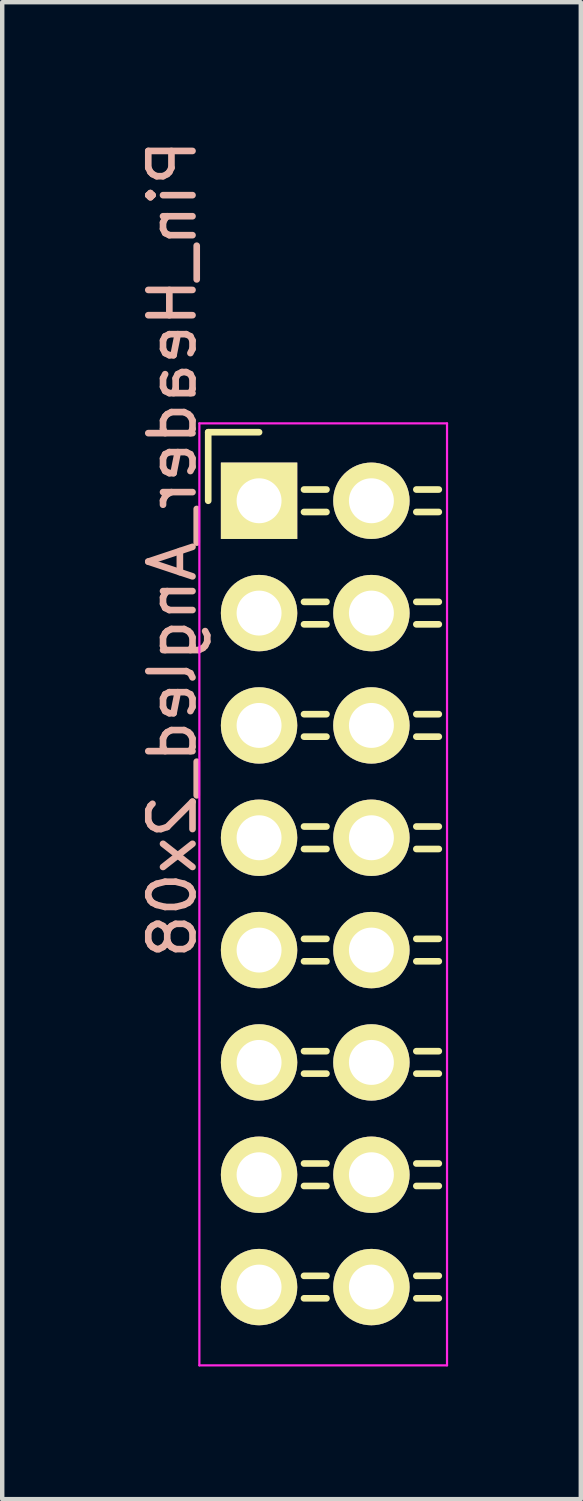
<source format=kicad_pcb>
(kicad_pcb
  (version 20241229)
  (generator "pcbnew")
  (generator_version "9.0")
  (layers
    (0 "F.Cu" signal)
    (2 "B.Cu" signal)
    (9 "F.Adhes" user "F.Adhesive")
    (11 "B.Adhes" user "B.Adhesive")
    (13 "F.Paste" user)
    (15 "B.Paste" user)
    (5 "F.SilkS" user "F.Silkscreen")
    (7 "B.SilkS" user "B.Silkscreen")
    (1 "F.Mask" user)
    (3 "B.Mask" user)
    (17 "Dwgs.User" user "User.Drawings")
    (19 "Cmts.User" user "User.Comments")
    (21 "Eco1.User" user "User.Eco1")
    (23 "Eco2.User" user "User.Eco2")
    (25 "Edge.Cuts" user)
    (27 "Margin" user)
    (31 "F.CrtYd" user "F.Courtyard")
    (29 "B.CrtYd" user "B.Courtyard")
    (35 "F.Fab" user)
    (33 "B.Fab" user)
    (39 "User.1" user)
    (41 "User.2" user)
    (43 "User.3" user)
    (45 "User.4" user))
  (footprint "Pin_Header_Angled_2x08"
    (layer "F.Cu")
    (at 2.808 8.273)
    (property "Reference" "Pin_Header_Angled_2x08" (at -1.96 1.09 90) (layer "B.SilkS") (effects (font (size 1 1) (thickness 0.15)) (justify mirror)))
    (attr through_hole)
    (fp_line (start -1.15 -1.55) (end -1.15 0) (stroke (width 0.15) (type solid)) (layer "F.SilkS"))
    (fp_line (start 0 -1.55) (end -1.15 -1.55) (stroke (width 0.15) (type solid)) (layer "F.SilkS"))
    (fp_line (start 1.524 -0.254) (end 1.016 -0.254) (stroke (width 0.15) (type solid)) (layer "F.SilkS"))
    (fp_line (start 1.524 0.254) (end 1.016 0.254) (stroke (width 0.15) (type solid)) (layer "F.SilkS"))
    (fp_line (start 1.524 2.286) (end 1.016 2.286) (stroke (width 0.15) (type solid)) (layer "F.SilkS"))
    (fp_line (start 1.524 2.794) (end 1.016 2.794) (stroke (width 0.15) (type solid)) (layer "F.SilkS"))
    (fp_line (start 1.524 4.826) (end 1.016 4.826) (stroke (width 0.15) (type solid)) (layer "F.SilkS"))
    (fp_line (start 1.524 5.334) (end 1.016 5.334) (stroke (width 0.15) (type solid)) (layer "F.SilkS"))
    (fp_line (start 1.524 7.366) (end 1.016 7.366) (stroke (width 0.15) (type solid)) (layer "F.SilkS"))
    (fp_line (start 1.524 7.874) (end 1.016 7.874) (stroke (width 0.15) (type solid)) (layer "F.SilkS"))
    (fp_line (start 1.524 9.906) (end 1.016 9.906) (stroke (width 0.15) (type solid)) (layer "F.SilkS"))
    (fp_line (start 1.524 10.414) (end 1.016 10.414) (stroke (width 0.15) (type solid)) (layer "F.SilkS"))
    (fp_line (start 1.524 12.446) (end 1.016 12.446) (stroke (width 0.15) (type solid)) (layer "F.SilkS"))
    (fp_line (start 1.524 12.954) (end 1.016 12.954) (stroke (width 0.15) (type solid)) (layer "F.SilkS"))
    (fp_line (start 1.524 14.986) (end 1.016 14.986) (stroke (width 0.15) (type solid)) (layer "F.SilkS"))
    (fp_line (start 1.524 15.494) (end 1.016 15.494) (stroke (width 0.15) (type solid)) (layer "F.SilkS"))
    (fp_line (start 1.524 17.526) (end 1.016 17.526) (stroke (width 0.15) (type solid)) (layer "F.SilkS"))
    (fp_line (start 1.524 18.034) (end 1.016 18.034) (stroke (width 0.15) (type solid)) (layer "F.SilkS"))
    (fp_line (start 4.064 -0.254) (end 3.556 -0.254) (stroke (width 0.15) (type solid)) (layer "F.SilkS"))
    (fp_line (start 4.064 0.254) (end 3.556 0.254) (stroke (width 0.15) (type solid)) (layer "F.SilkS"))
    (fp_line (start 4.064 2.286) (end 3.556 2.286) (stroke (width 0.15) (type solid)) (layer "F.SilkS"))
    (fp_line (start 4.064 2.794) (end 3.556 2.794) (stroke (width 0.15) (type solid)) (layer "F.SilkS"))
    (fp_line (start 4.064 4.826) (end 3.556 4.826) (stroke (width 0.15) (type solid)) (layer "F.SilkS"))
    (fp_line (start 4.064 5.334) (end 3.556 5.334) (stroke (width 0.15) (type solid)) (layer "F.SilkS"))
    (fp_line (start 4.064 7.366) (end 3.556 7.366) (stroke (width 0.15) (type solid)) (layer "F.SilkS"))
    (fp_line (start 4.064 7.874) (end 3.556 7.874) (stroke (width 0.15) (type solid)) (layer "F.SilkS"))
    (fp_line (start 4.064 9.906) (end 3.556 9.906) (stroke (width 0.15) (type solid)) (layer "F.SilkS"))
    (fp_line (start 4.064 10.414) (end 3.556 10.414) (stroke (width 0.15) (type solid)) (layer "F.SilkS"))
    (fp_line (start 4.064 12.446) (end 3.556 12.446) (stroke (width 0.15) (type solid)) (layer "F.SilkS"))
    (fp_line (start 4.064 12.954) (end 3.556 12.954) (stroke (width 0.15) (type solid)) (layer "F.SilkS"))
    (fp_line (start 4.064 14.986) (end 3.556 14.986) (stroke (width 0.15) (type solid)) (layer "F.SilkS"))
    (fp_line (start 4.064 15.494) (end 3.556 15.494) (stroke (width 0.15) (type solid)) (layer "F.SilkS"))
    (fp_line (start 4.064 17.526) (end 3.556 17.526) (stroke (width 0.15) (type solid)) (layer "F.SilkS"))
    (fp_line (start 4.064 18.034) (end 3.556 18.034) (stroke (width 0.15) (type solid)) (layer "F.SilkS"))
    (fp_line (start -1.35 -1.75) (end -1.35 19.55) (stroke (width 0.05) (type solid)) (layer "F.CrtYd"))
    (fp_line (start -1.35 19.55) (end 4.25 19.55) (stroke (width 0.05) (type solid)) (layer "F.CrtYd"))
    (fp_line (start 4.25 -1.75) (end -1.35 -1.75) (stroke (width 0.05) (type solid)) (layer "F.CrtYd"))
    (fp_line (start 4.25 19.55) (end 4.25 -1.75) (stroke (width 0.05) (type solid)) (layer "F.CrtYd"))
    (pad "1" thru_hole rect (at 0 0) (size 1.727 1.727) (drill 1.016) (layers "*.Cu" "*.Mask" "F.SilkS"))
    (pad "2" thru_hole oval (at 2.54 0) (size 1.727 1.727) (drill 1.016) (layers "*.Cu" "*.Mask" "F.SilkS"))
    (pad "3" thru_hole oval (at 0 2.54) (size 1.727 1.727) (drill 1.016) (layers "*.Cu" "*.Mask" "F.SilkS"))
    (pad "4" thru_hole oval (at 2.54 2.54) (size 1.727 1.727) (drill 1.016) (layers "*.Cu" "*.Mask" "F.SilkS"))
    (pad "5" thru_hole oval (at 0 5.08) (size 1.727 1.727) (drill 1.016) (layers "*.Cu" "*.Mask" "F.SilkS"))
    (pad "6" thru_hole oval (at 2.54 5.08) (size 1.727 1.727) (drill 1.016) (layers "*.Cu" "*.Mask" "F.SilkS"))
    (pad "7" thru_hole oval (at 0 7.62) (size 1.727 1.727) (drill 1.016) (layers "*.Cu" "*.Mask" "F.SilkS"))
    (pad "8" thru_hole oval (at 2.54 7.62) (size 1.727 1.727) (drill 1.016) (layers "*.Cu" "*.Mask" "F.SilkS"))
    (pad "9" thru_hole oval (at 0 10.16) (size 1.727 1.727) (drill 1.016) (layers "*.Cu" "*.Mask" "F.SilkS"))
    (pad "10" thru_hole oval (at 2.54 10.16) (size 1.727 1.727) (drill 1.016) (layers "*.Cu" "*.Mask" "F.SilkS"))
    (pad "11" thru_hole oval (at 0 12.7) (size 1.727 1.727) (drill 1.016) (layers "*.Cu" "*.Mask" "F.SilkS"))
    (pad "12" thru_hole oval (at 2.54 12.7) (size 1.727 1.727) (drill 1.016) (layers "*.Cu" "*.Mask" "F.SilkS"))
    (pad "13" thru_hole oval (at 0 15.24) (size 1.727 1.727) (drill 1.016) (layers "*.Cu" "*.Mask" "F.SilkS"))
    (pad "14" thru_hole oval (at 2.54 15.24) (size 1.727 1.727) (drill 1.016) (layers "*.Cu" "*.Mask" "F.SilkS"))
    (pad "15" thru_hole oval (at 0 17.78) (size 1.727 1.727) (drill 1.016) (layers "*.Cu" "*.Mask" "F.SilkS"))
    (pad "16" thru_hole oval (at 2.54 17.78) (size 1.727 1.727) (drill 1.016) (layers "*.Cu" "*.Mask" "F.SilkS")))
  (gr_rect
    (start -3 -3)
    (end 10.083 30.848)
    (stroke (width 0.1) (type default))
    (fill no)
    (layer "Edge.Cuts")))
</source>
